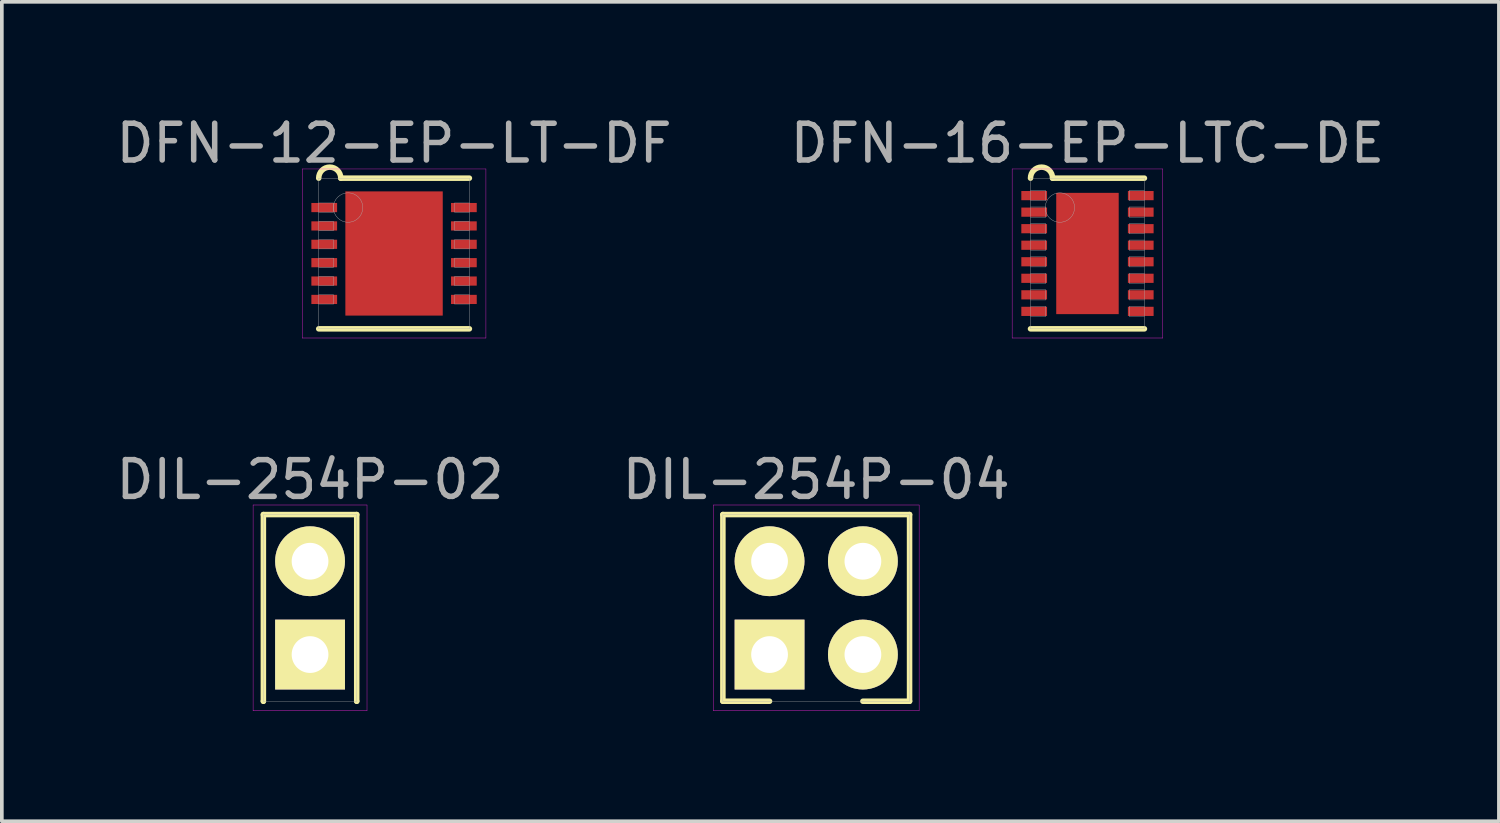
<source format=kicad_pcb>
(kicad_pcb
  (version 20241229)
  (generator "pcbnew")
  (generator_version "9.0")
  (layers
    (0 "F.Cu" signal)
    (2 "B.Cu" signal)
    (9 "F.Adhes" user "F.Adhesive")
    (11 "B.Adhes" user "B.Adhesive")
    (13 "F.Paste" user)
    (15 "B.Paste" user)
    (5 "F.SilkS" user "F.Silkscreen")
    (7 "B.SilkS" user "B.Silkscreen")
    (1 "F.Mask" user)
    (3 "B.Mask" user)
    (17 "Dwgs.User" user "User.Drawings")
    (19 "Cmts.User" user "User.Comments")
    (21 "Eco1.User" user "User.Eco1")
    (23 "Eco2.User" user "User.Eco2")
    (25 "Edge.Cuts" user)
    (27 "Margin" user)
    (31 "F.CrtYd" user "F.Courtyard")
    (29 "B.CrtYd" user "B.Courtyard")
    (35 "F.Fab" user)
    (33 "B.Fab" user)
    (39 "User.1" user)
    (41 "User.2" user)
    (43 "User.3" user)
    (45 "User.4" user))
  (footprint "DIL-254P-02"
    (layer "F.Cu")
    (at 5.387 13.492)
    (property "Reference" "DIL-254P-02" (at 0 -3.49 0) (layer "F.Fab") (effects (font (size 1 1) (thickness 0.15))))
    (attr through_hole)
    (fp_line (start -1.27 -2.54) (end 1.27 -2.54) (stroke (width 0.15) (type solid)) (layer "F.SilkS"))
    (fp_line (start -1.27 2.54) (end -1.27 -2.54) (stroke (width 0.15) (type solid)) (layer "F.SilkS"))
    (fp_line (start -1.27 2.54) (end -1.27 2.54) (stroke (width 0.15) (type solid)) (layer "F.SilkS"))
    (fp_line (start 1.27 -2.54) (end 1.27 2.54) (stroke (width 0.15) (type solid)) (layer "F.SilkS"))
    (fp_line (start 1.27 2.54) (end 1.27 2.54) (stroke (width 0.15) (type solid)) (layer "F.SilkS"))
    (fp_line (start -1.55 -2.8) (end 1.55 -2.8) (stroke (width 0.01) (type solid)) (layer "F.CrtYd"))
    (fp_line (start -1.55 2.8) (end -1.55 -2.8) (stroke (width 0.01) (type solid)) (layer "F.CrtYd"))
    (fp_line (start 1.55 -2.8) (end 1.55 2.8) (stroke (width 0.01) (type solid)) (layer "F.CrtYd"))
    (fp_line (start 1.55 2.8) (end -1.55 2.8) (stroke (width 0.01) (type solid)) (layer "F.CrtYd"))
    (fp_line (start -1.27 -2.54) (end 1.27 -2.54) (stroke (width 0.01) (type solid)) (layer "F.Fab"))
    (fp_line (start -1.27 2.54) (end -1.27 -2.54) (stroke (width 0.01) (type solid)) (layer "F.Fab"))
    (fp_line (start 1.27 -2.54) (end 1.27 2.54) (stroke (width 0.01) (type solid)) (layer "F.Fab"))
    (fp_line (start 1.27 2.54) (end -1.27 2.54) (stroke (width 0.01) (type solid)) (layer "F.Fab"))
    (pad "1" thru_hole rect (at 0 1.27) (size 1.9 1.9) (drill 1) (layers "*.Cu" "*.Mask" "F.SilkS"))
    (pad "2" thru_hole circle (at 0 -1.27) (size 1.9 1.9) (drill 1) (layers "*.Cu" "*.Mask" "F.SilkS")))
  (footprint "DFN-16-EP-LTC-DE"
    (layer "F.Cu")
    (at 26.542 3.848)
    (property "Reference" "DFN-16-EP-LTC-DE" (at 0 -3 0) (layer "F.Fab") (effects (font (size 1 1) (thickness 0.15))))
    (attr through_hole)
    (fp_line (start -1.55 2.05) (end 1.55 2.05) (stroke (width 0.15) (type solid)) (layer "F.SilkS"))
    (fp_line (start -0.95 -2.05) (end 1.55 -2.05) (stroke (width 0.15) (type solid)) (layer "F.SilkS"))
    (fp_arc (start -1.55 -2.05) (mid -1.25 -2.35) (end -0.95 -2.05) (stroke (width 0.15) (type solid)) (layer "F.SilkS"))
    (fp_line (start -2.05 -2.3) (end 2.05 -2.3) (stroke (width 0.01) (type solid)) (layer "F.CrtYd"))
    (fp_line (start -2.05 2.3) (end -2.05 -2.3) (stroke (width 0.01) (type solid)) (layer "F.CrtYd"))
    (fp_line (start 2.05 -2.3) (end 2.05 2.3) (stroke (width 0.01) (type solid)) (layer "F.CrtYd"))
    (fp_line (start 2.05 2.3) (end -2.05 2.3) (stroke (width 0.01) (type solid)) (layer "F.CrtYd"))
    (fp_line (start -1.55 -2.05) (end 1.55 -2.05) (stroke (width 0.01) (type solid)) (layer "F.Fab"))
    (fp_line (start -1.55 -1.435) (end -1.14 -1.435) (stroke (width 0.01) (type solid)) (layer "F.Fab"))
    (fp_line (start -1.55 -0.985) (end -1.14 -0.985) (stroke (width 0.01) (type solid)) (layer "F.Fab"))
    (fp_line (start -1.55 -0.535) (end -1.14 -0.535) (stroke (width 0.01) (type solid)) (layer "F.Fab"))
    (fp_line (start -1.55 -0.085) (end -1.14 -0.085) (stroke (width 0.01) (type solid)) (layer "F.Fab"))
    (fp_line (start -1.55 0.365) (end -1.14 0.365) (stroke (width 0.01) (type solid)) (layer "F.Fab"))
    (fp_line (start -1.55 0.815) (end -1.14 0.815) (stroke (width 0.01) (type solid)) (layer "F.Fab"))
    (fp_line (start -1.55 1.265) (end -1.14 1.265) (stroke (width 0.01) (type solid)) (layer "F.Fab"))
    (fp_line (start -1.55 1.715) (end -1.14 1.715) (stroke (width 0.01) (type solid)) (layer "F.Fab"))
    (fp_line (start -1.55 2.05) (end -1.55 -2.05) (stroke (width 0.01) (type solid)) (layer "F.Fab"))
    (fp_line (start -1.14 -1.715) (end -1.55 -1.715) (stroke (width 0.01) (type solid)) (layer "F.Fab"))
    (fp_line (start -1.14 -1.435) (end -1.14 -1.715) (stroke (width 0.01) (type solid)) (layer "F.Fab"))
    (fp_line (start -1.14 -1.265) (end -1.55 -1.265) (stroke (width 0.01) (type solid)) (layer "F.Fab"))
    (fp_line (start -1.14 -0.985) (end -1.14 -1.265) (stroke (width 0.01) (type solid)) (layer "F.Fab"))
    (fp_line (start -1.14 -0.815) (end -1.55 -0.815) (stroke (width 0.01) (type solid)) (layer "F.Fab"))
    (fp_line (start -1.14 -0.535) (end -1.14 -0.815) (stroke (width 0.01) (type solid)) (layer "F.Fab"))
    (fp_line (start -1.14 -0.365) (end -1.55 -0.365) (stroke (width 0.01) (type solid)) (layer "F.Fab"))
    (fp_line (start -1.14 -0.085) (end -1.14 -0.365) (stroke (width 0.01) (type solid)) (layer "F.Fab"))
    (fp_line (start -1.14 0.085) (end -1.55 0.085) (stroke (width 0.01) (type solid)) (layer "F.Fab"))
    (fp_line (start -1.14 0.365) (end -1.14 0.085) (stroke (width 0.01) (type solid)) (layer "F.Fab"))
    (fp_line (start -1.14 0.535) (end -1.55 0.535) (stroke (width 0.01) (type solid)) (layer "F.Fab"))
    (fp_line (start -1.14 0.815) (end -1.14 0.535) (stroke (width 0.01) (type solid)) (layer "F.Fab"))
    (fp_line (start -1.14 0.985) (end -1.55 0.985) (stroke (width 0.01) (type solid)) (layer "F.Fab"))
    (fp_line (start -1.14 1.265) (end -1.14 0.985) (stroke (width 0.01) (type solid)) (layer "F.Fab"))
    (fp_line (start -1.14 1.435) (end -1.55 1.435) (stroke (width 0.01) (type solid)) (layer "F.Fab"))
    (fp_line (start -1.14 1.715) (end -1.14 1.435) (stroke (width 0.01) (type solid)) (layer "F.Fab"))
    (fp_line (start 1.14 -1.715) (end 1.14 -1.435) (stroke (width 0.01) (type solid)) (layer "F.Fab"))
    (fp_line (start 1.14 -1.435) (end 1.55 -1.435) (stroke (width 0.01) (type solid)) (layer "F.Fab"))
    (fp_line (start 1.14 -1.265) (end 1.14 -0.985) (stroke (width 0.01) (type solid)) (layer "F.Fab"))
    (fp_line (start 1.14 -0.985) (end 1.55 -0.985) (stroke (width 0.01) (type solid)) (layer "F.Fab"))
    (fp_line (start 1.14 -0.815) (end 1.14 -0.535) (stroke (width 0.01) (type solid)) (layer "F.Fab"))
    (fp_line (start 1.14 -0.535) (end 1.55 -0.535) (stroke (width 0.01) (type solid)) (layer "F.Fab"))
    (fp_line (start 1.14 -0.365) (end 1.14 -0.085) (stroke (width 0.01) (type solid)) (layer "F.Fab"))
    (fp_line (start 1.14 -0.085) (end 1.55 -0.085) (stroke (width 0.01) (type solid)) (layer "F.Fab"))
    (fp_line (start 1.14 0.085) (end 1.14 0.365) (stroke (width 0.01) (type solid)) (layer "F.Fab"))
    (fp_line (start 1.14 0.365) (end 1.55 0.365) (stroke (width 0.01) (type solid)) (layer "F.Fab"))
    (fp_line (start 1.14 0.535) (end 1.14 0.815) (stroke (width 0.01) (type solid)) (layer "F.Fab"))
    (fp_line (start 1.14 0.815) (end 1.55 0.815) (stroke (width 0.01) (type solid)) (layer "F.Fab"))
    (fp_line (start 1.14 0.985) (end 1.14 1.265) (stroke (width 0.01) (type solid)) (layer "F.Fab"))
    (fp_line (start 1.14 1.265) (end 1.55 1.265) (stroke (width 0.01) (type solid)) (layer "F.Fab"))
    (fp_line (start 1.14 1.435) (end 1.14 1.715) (stroke (width 0.01) (type solid)) (layer "F.Fab"))
    (fp_line (start 1.14 1.715) (end 1.55 1.715) (stroke (width 0.01) (type solid)) (layer "F.Fab"))
    (fp_line (start 1.55 -2.05) (end 1.55 2.05) (stroke (width 0.01) (type solid)) (layer "F.Fab"))
    (fp_line (start 1.55 -1.715) (end 1.14 -1.715) (stroke (width 0.01) (type solid)) (layer "F.Fab"))
    (fp_line (start 1.55 -1.265) (end 1.14 -1.265) (stroke (width 0.01) (type solid)) (layer "F.Fab"))
    (fp_line (start 1.55 -0.815) (end 1.14 -0.815) (stroke (width 0.01) (type solid)) (layer "F.Fab"))
    (fp_line (start 1.55 -0.365) (end 1.14 -0.365) (stroke (width 0.01) (type solid)) (layer "F.Fab"))
    (fp_line (start 1.55 0.085) (end 1.14 0.085) (stroke (width 0.01) (type solid)) (layer "F.Fab"))
    (fp_line (start 1.55 0.535) (end 1.14 0.535) (stroke (width 0.01) (type solid)) (layer "F.Fab"))
    (fp_line (start 1.55 0.985) (end 1.14 0.985) (stroke (width 0.01) (type solid)) (layer "F.Fab"))
    (fp_line (start 1.55 1.435) (end 1.14 1.435) (stroke (width 0.01) (type solid)) (layer "F.Fab"))
    (fp_line (start 1.55 2.05) (end -1.55 2.05) (stroke (width 0.01) (type solid)) (layer "F.Fab"))
    (fp_circle (center -0.75 -1.25) (end -0.75 -0.85) (stroke (width 0.01) (type solid)) (fill no) (layer "F.Fab"))
    (pad "1" smd rect (at -1.45 -1.575) (size 0.7 0.25) (layers "F.Cu" "F.Mask" "F.Paste"))
    (pad "2" smd rect (at -1.45 -1.125) (size 0.7 0.25) (layers "F.Cu" "F.Mask" "F.Paste"))
    (pad "3" smd rect (at -1.45 -0.675) (size 0.7 0.25) (layers "F.Cu" "F.Mask" "F.Paste"))
    (pad "4" smd rect (at -1.45 -0.225) (size 0.7 0.25) (layers "F.Cu" "F.Mask" "F.Paste"))
    (pad "5" smd rect (at -1.45 0.225) (size 0.7 0.25) (layers "F.Cu" "F.Mask" "F.Paste"))
    (pad "6" smd rect (at -1.45 0.675) (size 0.7 0.25) (layers "F.Cu" "F.Mask" "F.Paste"))
    (pad "7" smd rect (at -1.45 1.125) (size 0.7 0.25) (layers "F.Cu" "F.Mask" "F.Paste"))
    (pad "8" smd rect (at -1.45 1.575) (size 0.7 0.25) (layers "F.Cu" "F.Mask" "F.Paste"))
    (pad "9" smd rect (at 1.45 1.575) (size 0.7 0.25) (layers "F.Cu" "F.Mask" "F.Paste"))
    (pad "10" smd rect (at 1.45 1.125) (size 0.7 0.25) (layers "F.Cu" "F.Mask" "F.Paste"))
    (pad "11" smd rect (at 1.45 0.675) (size 0.7 0.25) (layers "F.Cu" "F.Mask" "F.Paste"))
    (pad "12" smd rect (at 1.45 0.225) (size 0.7 0.25) (layers "F.Cu" "F.Mask" "F.Paste"))
    (pad "13" smd rect (at 1.45 -0.225) (size 0.7 0.25) (layers "F.Cu" "F.Mask" "F.Paste"))
    (pad "14" smd rect (at 1.45 -0.675) (size 0.7 0.25) (layers "F.Cu" "F.Mask" "F.Paste"))
    (pad "15" smd rect (at 1.45 -1.125) (size 0.7 0.25) (layers "F.Cu" "F.Mask" "F.Paste"))
    (pad "16" smd rect (at 1.45 -1.575) (size 0.7 0.25) (layers "F.Cu" "F.Mask" "F.Paste"))
    (pad "EP" smd rect (at 0 -1.2) (size 0.8 0.8) (layers "F.Cu" "F.Mask"))
    (pad "EP" smd rect (at 0 -1.2) (size 0.8 0.8) (layers "F.Cu" "F.Paste"))
    (pad "EP" smd rect (at 0 0) (size 0.8 0.8) (layers "F.Cu" "F.Mask"))
    (pad "EP" smd rect (at 0 0) (size 0.8 0.8) (layers "F.Cu" "F.Paste"))
    (pad "EP" smd rect (at 0 0) (size 1.7 3.3) (layers "F.Cu"))
    (pad "EP" smd rect (at 0 1.2) (size 0.8 0.8) (layers "F.Cu" "F.Mask"))
    (pad "EP" smd rect (at 0 1.2) (size 0.8 0.8) (layers "F.Cu" "F.Paste")))
  (footprint "DIL-254P-04"
    (layer "F.Cu")
    (at 19.161 13.492)
    (property "Reference" "DIL-254P-04" (at 0 -3.49 0) (layer "F.Fab") (effects (font (size 1 1) (thickness 0.15))))
    (attr through_hole)
    (fp_line (start -2.54 -2.54) (end 2.54 -2.54) (stroke (width 0.15) (type solid)) (layer "F.SilkS"))
    (fp_line (start -2.54 2.54) (end -2.54 -2.54) (stroke (width 0.15) (type solid)) (layer "F.SilkS"))
    (fp_line (start -1.27 2.54) (end -2.54 2.54) (stroke (width 0.15) (type solid)) (layer "F.SilkS"))
    (fp_line (start 2.54 -2.54) (end 2.54 2.54) (stroke (width 0.15) (type solid)) (layer "F.SilkS"))
    (fp_line (start 2.54 2.54) (end 1.27 2.54) (stroke (width 0.15) (type solid)) (layer "F.SilkS"))
    (fp_line (start -2.8 -2.8) (end 2.8 -2.8) (stroke (width 0.01) (type solid)) (layer "F.CrtYd"))
    (fp_line (start -2.8 2.8) (end -2.8 -2.8) (stroke (width 0.01) (type solid)) (layer "F.CrtYd"))
    (fp_line (start 2.8 -2.8) (end 2.8 2.8) (stroke (width 0.01) (type solid)) (layer "F.CrtYd"))
    (fp_line (start 2.8 2.8) (end -2.8 2.8) (stroke (width 0.01) (type solid)) (layer "F.CrtYd"))
    (fp_line (start -2.54 -2.54) (end 2.54 -2.54) (stroke (width 0.01) (type solid)) (layer "F.Fab"))
    (fp_line (start -2.54 2.54) (end -2.54 -2.54) (stroke (width 0.01) (type solid)) (layer "F.Fab"))
    (fp_line (start 2.54 -2.54) (end 2.54 2.54) (stroke (width 0.01) (type solid)) (layer "F.Fab"))
    (fp_line (start 2.54 2.54) (end -2.54 2.54) (stroke (width 0.01) (type solid)) (layer "F.Fab"))
    (pad "1" thru_hole rect (at -1.27 1.27) (size 1.9 1.9) (drill 1) (layers "*.Cu" "*.Mask" "F.SilkS"))
    (pad "2" thru_hole circle (at -1.27 -1.27) (size 1.9 1.9) (drill 1) (layers "*.Cu" "*.Mask" "F.SilkS"))
    (pad "3" thru_hole circle (at 1.27 1.27) (size 1.9 1.9) (drill 1) (layers "*.Cu" "*.Mask" "F.SilkS"))
    (pad "4" thru_hole circle (at 1.27 -1.27) (size 1.9 1.9) (drill 1) (layers "*.Cu" "*.Mask" "F.SilkS")))
  (footprint "DFN-12-EP-LT-DF"
    (layer "F.Cu")
    (at 7.673 3.848)
    (property "Reference" "DFN-12-EP-LT-DF" (at 0 -3 0) (layer "F.Fab") (effects (font (size 1 1) (thickness 0.15))))
    (attr smd)
    (fp_line (start -2.05 2.05) (end 2.05 2.05) (stroke (width 0.15) (type solid)) (layer "F.SilkS"))
    (fp_line (start -1.45 -2.05) (end 2.05 -2.05) (stroke (width 0.15) (type solid)) (layer "F.SilkS"))
    (fp_arc (start -2.05 -2.05) (mid -1.75 -2.35) (end -1.45 -2.05) (stroke (width 0.15) (type solid)) (layer "F.SilkS"))
    (fp_line (start -2.5 -2.3) (end 2.5 -2.3) (stroke (width 0.01) (type solid)) (layer "F.CrtYd"))
    (fp_line (start -2.5 2.3) (end -2.5 -2.3) (stroke (width 0.01) (type solid)) (layer "F.CrtYd"))
    (fp_line (start 2.5 -2.3) (end 2.5 2.3) (stroke (width 0.01) (type solid)) (layer "F.CrtYd"))
    (fp_line (start 2.5 2.3) (end -2.5 2.3) (stroke (width 0.01) (type solid)) (layer "F.CrtYd"))
    (fp_line (start -2.05 -2.05) (end 2.05 -2.05) (stroke (width 0.01) (type solid)) (layer "F.Fab"))
    (fp_line (start -2.05 -1.125) (end -1.65 -1.125) (stroke (width 0.01) (type solid)) (layer "F.Fab"))
    (fp_line (start -2.05 -0.625) (end -1.65 -0.625) (stroke (width 0.01) (type solid)) (layer "F.Fab"))
    (fp_line (start -2.05 -0.125) (end -1.65 -0.125) (stroke (width 0.01) (type solid)) (layer "F.Fab"))
    (fp_line (start -2.05 0.375) (end -1.65 0.375) (stroke (width 0.01) (type solid)) (layer "F.Fab"))
    (fp_line (start -2.05 0.875) (end -1.65 0.875) (stroke (width 0.01) (type solid)) (layer "F.Fab"))
    (fp_line (start -2.05 1.375) (end -1.65 1.375) (stroke (width 0.01) (type solid)) (layer "F.Fab"))
    (fp_line (start -2.05 2.05) (end -2.05 -2.05) (stroke (width 0.01) (type solid)) (layer "F.Fab"))
    (fp_line (start -1.65 -1.375) (end -2.05 -1.375) (stroke (width 0.01) (type solid)) (layer "F.Fab"))
    (fp_line (start -1.65 -1.125) (end -1.65 -1.375) (stroke (width 0.01) (type solid)) (layer "F.Fab"))
    (fp_line (start -1.65 -0.875) (end -2.05 -0.875) (stroke (width 0.01) (type solid)) (layer "F.Fab"))
    (fp_line (start -1.65 -0.625) (end -1.65 -0.875) (stroke (width 0.01) (type solid)) (layer "F.Fab"))
    (fp_line (start -1.65 -0.375) (end -2.05 -0.375) (stroke (width 0.01) (type solid)) (layer "F.Fab"))
    (fp_line (start -1.65 -0.125) (end -1.65 -0.375) (stroke (width 0.01) (type solid)) (layer "F.Fab"))
    (fp_line (start -1.65 0.125) (end -2.05 0.125) (stroke (width 0.01) (type solid)) (layer "F.Fab"))
    (fp_line (start -1.65 0.375) (end -1.65 0.125) (stroke (width 0.01) (type solid)) (layer "F.Fab"))
    (fp_line (start -1.65 0.625) (end -2.05 0.625) (stroke (width 0.01) (type solid)) (layer "F.Fab"))
    (fp_line (start -1.65 0.875) (end -1.65 0.625) (stroke (width 0.01) (type solid)) (layer "F.Fab"))
    (fp_line (start -1.65 1.125) (end -2.05 1.125) (stroke (width 0.01) (type solid)) (layer "F.Fab"))
    (fp_line (start -1.65 1.375) (end -1.65 1.125) (stroke (width 0.01) (type solid)) (layer "F.Fab"))
    (fp_line (start 1.65 -1.375) (end 1.65 -1.125) (stroke (width 0.01) (type solid)) (layer "F.Fab"))
    (fp_line (start 1.65 -1.125) (end 2.05 -1.125) (stroke (width 0.01) (type solid)) (layer "F.Fab"))
    (fp_line (start 1.65 -0.875) (end 1.65 -0.625) (stroke (width 0.01) (type solid)) (layer "F.Fab"))
    (fp_line (start 1.65 -0.625) (end 2.05 -0.625) (stroke (width 0.01) (type solid)) (layer "F.Fab"))
    (fp_line (start 1.65 -0.375) (end 1.65 -0.125) (stroke (width 0.01) (type solid)) (layer "F.Fab"))
    (fp_line (start 1.65 -0.125) (end 2.05 -0.125) (stroke (width 0.01) (type solid)) (layer "F.Fab"))
    (fp_line (start 1.65 0.125) (end 1.65 0.375) (stroke (width 0.01) (type solid)) (layer "F.Fab"))
    (fp_line (start 1.65 0.375) (end 2.05 0.375) (stroke (width 0.01) (type solid)) (layer "F.Fab"))
    (fp_line (start 1.65 0.625) (end 1.65 0.875) (stroke (width 0.01) (type solid)) (layer "F.Fab"))
    (fp_line (start 1.65 0.875) (end 2.05 0.875) (stroke (width 0.01) (type solid)) (layer "F.Fab"))
    (fp_line (start 1.65 1.125) (end 1.65 1.375) (stroke (width 0.01) (type solid)) (layer "F.Fab"))
    (fp_line (start 1.65 1.375) (end 2.05 1.375) (stroke (width 0.01) (type solid)) (layer "F.Fab"))
    (fp_line (start 2.05 -2.05) (end 2.05 2.05) (stroke (width 0.01) (type solid)) (layer "F.Fab"))
    (fp_line (start 2.05 -1.375) (end 1.65 -1.375) (stroke (width 0.01) (type solid)) (layer "F.Fab"))
    (fp_line (start 2.05 -0.875) (end 1.65 -0.875) (stroke (width 0.01) (type solid)) (layer "F.Fab"))
    (fp_line (start 2.05 -0.375) (end 1.65 -0.375) (stroke (width 0.01) (type solid)) (layer "F.Fab"))
    (fp_line (start 2.05 0.125) (end 1.65 0.125) (stroke (width 0.01) (type solid)) (layer "F.Fab"))
    (fp_line (start 2.05 0.625) (end 1.65 0.625) (stroke (width 0.01) (type solid)) (layer "F.Fab"))
    (fp_line (start 2.05 1.125) (end 1.65 1.125) (stroke (width 0.01) (type solid)) (layer "F.Fab"))
    (fp_line (start 2.05 2.05) (end -2.05 2.05) (stroke (width 0.01) (type solid)) (layer "F.Fab"))
    (fp_circle (center -1.25 -1.25) (end -1.25 -0.85) (stroke (width 0.01) (type solid)) (fill no) (layer "F.Fab"))
    (pad "" smd rect (at 0 -0.85) (size 2.2 1.3) (layers "F.Paste"))
    (pad "" smd rect (at 0 0.85) (size 2.2 1.3) (layers "F.Paste"))
    (pad "1" smd rect (at -1.9 -1.25) (size 0.7 0.25) (layers "F.Cu" "F.Mask" "F.Paste"))
    (pad "2" smd rect (at -1.9 -0.75) (size 0.7 0.25) (layers "F.Cu" "F.Mask" "F.Paste"))
    (pad "3" smd rect (at -1.9 -0.25) (size 0.7 0.25) (layers "F.Cu" "F.Mask" "F.Paste"))
    (pad "4" smd rect (at -1.9 0.25) (size 0.7 0.25) (layers "F.Cu" "F.Mask" "F.Paste"))
    (pad "5" smd rect (at -1.9 0.75) (size 0.7 0.25) (layers "F.Cu" "F.Mask" "F.Paste"))
    (pad "6" smd rect (at -1.9 1.25) (size 0.7 0.25) (layers "F.Cu" "F.Mask" "F.Paste"))
    (pad "7" smd rect (at 1.9 1.25) (size 0.7 0.25) (layers "F.Cu" "F.Mask" "F.Paste"))
    (pad "8" smd rect (at 1.9 0.75) (size 0.7 0.25) (layers "F.Cu" "F.Mask" "F.Paste"))
    (pad "9" smd rect (at 1.9 0.25) (size 0.7 0.25) (layers "F.Cu" "F.Mask" "F.Paste"))
    (pad "10" smd rect (at 1.9 -0.25) (size 0.7 0.25) (layers "F.Cu" "F.Mask" "F.Paste"))
    (pad "11" smd rect (at 1.9 -0.75) (size 0.7 0.25) (layers "F.Cu" "F.Mask" "F.Paste"))
    (pad "12" smd rect (at 1.9 -1.25) (size 0.7 0.25) (layers "F.Cu" "F.Mask" "F.Paste"))
    (pad "EP" smd rect (at 0 0) (size 2.65 3.38) (layers "F.Cu" "F.Mask")))
  (gr_rect
    (start -3 -3)
    (end 37.738 19.297)
    (stroke (width 0.1) (type default))
    (fill no)
    (layer "Edge.Cuts")))
</source>
